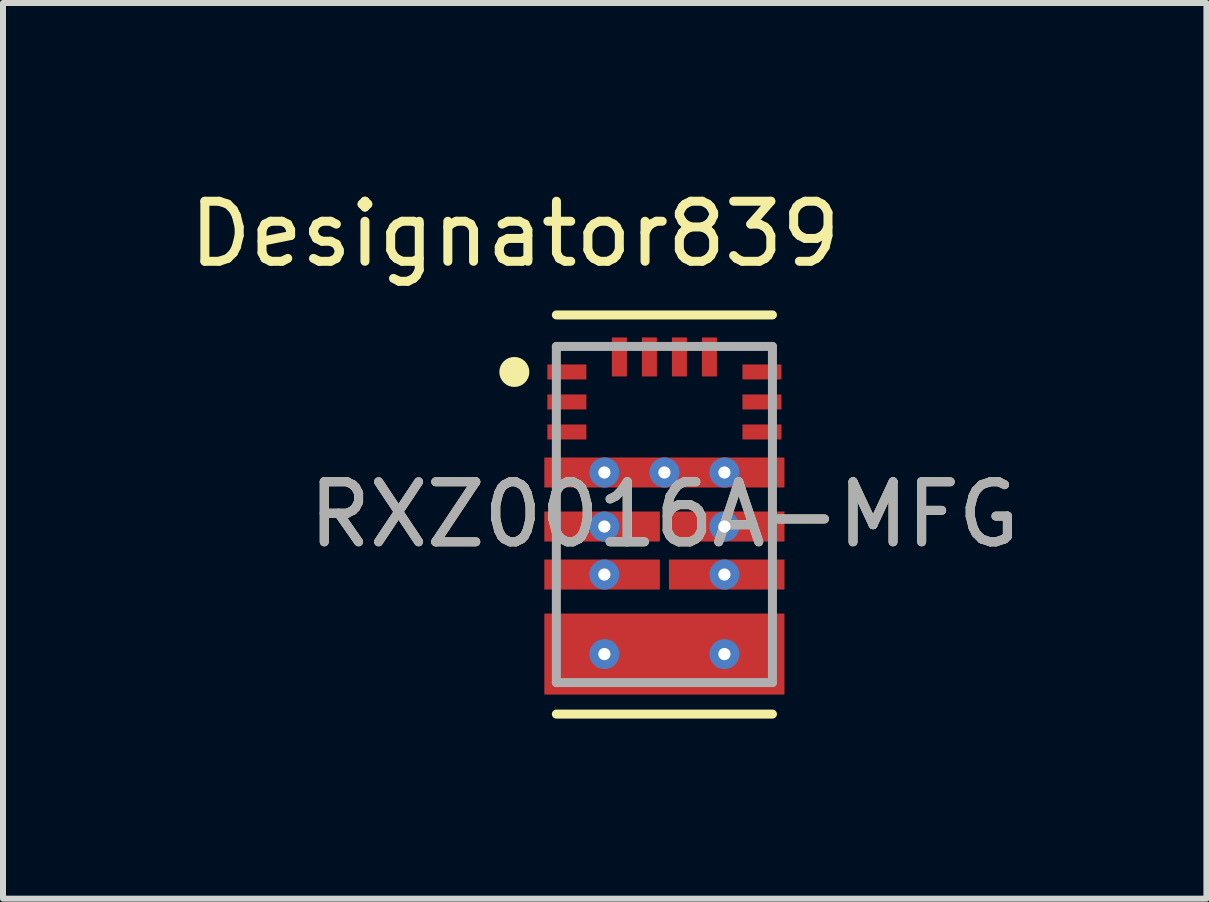
<source format=kicad_pcb>
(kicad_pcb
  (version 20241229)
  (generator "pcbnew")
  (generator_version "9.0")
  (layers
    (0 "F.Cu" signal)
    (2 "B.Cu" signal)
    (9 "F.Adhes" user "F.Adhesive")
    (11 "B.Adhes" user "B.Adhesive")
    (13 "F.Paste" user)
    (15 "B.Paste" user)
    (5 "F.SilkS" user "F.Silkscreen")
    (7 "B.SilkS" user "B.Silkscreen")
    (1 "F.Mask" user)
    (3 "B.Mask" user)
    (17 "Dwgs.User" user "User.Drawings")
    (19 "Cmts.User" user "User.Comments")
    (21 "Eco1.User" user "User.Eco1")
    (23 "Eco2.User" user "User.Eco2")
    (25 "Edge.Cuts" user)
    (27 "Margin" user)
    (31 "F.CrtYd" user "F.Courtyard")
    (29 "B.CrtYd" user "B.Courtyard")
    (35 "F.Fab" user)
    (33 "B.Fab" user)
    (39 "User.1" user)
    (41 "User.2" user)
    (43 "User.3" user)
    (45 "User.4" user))
  (footprint "RXZ0016A-MFG"
    (layer "F.Cu")
    (at 8.019 5.522)
    (property "Reference" "RXZ0016A-MFG" (at 0 0 0) (unlocked yes) (layer "F.SilkS") (effects (font (size 1 1) (thickness 0.15))))
    (attr smd)
    (fp_poly (pts (xy -1.95 0.125) (xy -1.9 0.075) (xy -1.6 0.075) (xy -1.6 0) (xy -0.175 0) (xy -0.125 0.05) (xy -0.125 0.35) (xy -0.175 0.4) (xy -1.6 0.4) (xy -1.6 0.325) (xy -1.9 0.325) (xy -1.95 0.275)) (stroke (width 0) (type solid)) (fill yes) (layer "F.Mask"))
    (fp_poly (pts (xy -1.95 0.925) (xy -1.9 0.875) (xy -1.6 0.875) (xy -1.6 0.8) (xy -0.175 0.8) (xy -0.125 0.85) (xy -0.125 1.15) (xy -0.175 1.2) (xy -1.6 1.2) (xy -1.6 1.125) (xy -1.9 1.125) (xy -1.95 1.075)) (stroke (width 0) (type solid)) (fill yes) (layer "F.Mask"))
    (fp_poly (pts (xy 1.95 0.925) (xy 1.9 0.875) (xy 1.6 0.875) (xy 1.6 0.8) (xy 0.175 0.8) (xy 0.125 0.85) (xy 0.125 1.15) (xy 0.175 1.2) (xy 1.6 1.2) (xy 1.6 1.125) (xy 1.9 1.125) (xy 1.95 1.075)) (stroke (width 0) (type solid)) (fill yes) (layer "F.Mask"))
    (fp_poly (pts (xy 1.95 0.125) (xy 1.9 0.075) (xy 1.6 0.075) (xy 1.6 0) (xy 0.175 0) (xy 0.125 0.05) (xy 0.125 0.35) (xy 0.175 0.4) (xy 1.6 0.4) (xy 1.6 0.325) (xy 1.9 0.325) (xy 1.95 0.275)) (stroke (width 0) (type solid)) (fill yes) (layer "F.Mask"))
    (fp_poly (pts (xy -1.95 -0.775) (xy -1.9 -0.825) (xy -1.6 -0.825) (xy -1.6 -0.9) (xy 1.6 -0.9) (xy 1.6 -0.825) (xy 1.9 -0.825) (xy 1.95 -0.775) (xy 1.95 -0.625) (xy 1.9 -0.575) (xy 1.6 -0.575) (xy 1.6 -0.5) (xy -1.6 -0.5) (xy -1.6 -0.575) (xy -1.9 -0.575) (xy -1.95 -0.625)) (stroke (width 0) (type solid)) (fill yes) (layer "F.Mask"))
    (fp_poly (pts (xy -1.95 1.825) (xy -1.9 1.775) (xy -1.6 1.775) (xy -1.6 1.7) (xy 1.6 1.7) (xy 1.6 1.775) (xy 1.9 1.775) (xy 1.95 1.825) (xy 1.95 1.975) (xy 1.9 2.025) (xy 1.6 2.025) (xy 1.6 2.1) (xy 0.875 2.1) (xy 0.875 2.9) (xy 0.825 2.95) (xy 0.675 2.95) (xy 0.625 2.9) (xy 0.625 2.1) (xy 0.375 2.1) (xy 0.375 2.9) (xy 0.325 2.95) (xy 0.175 2.95) (xy 0.125 2.9) (xy 0.125 2.1) (xy -0.125 2.1) (xy -0.125 2.9) (xy -0.175 2.95) (xy -0.325 2.95) (xy -0.375 2.9) (xy -0.375 2.1) (xy -0.625 2.1) (xy -0.625 2.9) (xy -0.675 2.95) (xy -0.825 2.95) (xy -0.875 2.9) (xy -0.875 2.1) (xy -1.6 2.1) (xy -1.6 2.025) (xy -1.9 2.025) (xy -1.95 1.975)) (stroke (width 0) (type solid)) (fill yes) (layer "F.Mask"))
    (fp_line (start -1.8 -3.325) (end 1.8 -3.325) (stroke (width 0.15) (type solid)) (layer "F.SilkS"))
    (fp_line (start -1.8 3.325) (end 1.8 3.325) (stroke (width 0.15) (type solid)) (layer "F.SilkS"))
    (fp_circle (center -2.5 -2.375) (end -2.375 -2.375) (stroke (width 0.25) (type solid)) (fill no) (layer "F.SilkS"))
    (fp_poly (pts (xy -0.875 2.35) (xy -0.825 2.3) (xy -0.675 2.3) (xy -0.625 2.35) (xy -0.625 2.9) (xy -0.675 2.95) (xy -0.825 2.95) (xy -0.875 2.9)) (stroke (width 0) (type solid)) (fill yes) (layer "F.Paste"))
    (fp_poly (pts (xy -0.375 2.35) (xy -0.325 2.3) (xy -0.175 2.3) (xy -0.125 2.35) (xy -0.125 2.9) (xy -0.175 2.95) (xy -0.325 2.95) (xy -0.375 2.9)) (stroke (width 0) (type solid)) (fill yes) (layer "F.Paste"))
    (fp_poly (pts (xy 0.125 2.35) (xy 0.175 2.3) (xy 0.325 2.3) (xy 0.375 2.35) (xy 0.375 2.9) (xy 0.325 2.95) (xy 0.175 2.95) (xy 0.125 2.9)) (stroke (width 0) (type solid)) (fill yes) (layer "F.Paste"))
    (fp_poly (pts (xy 0.825 2.95) (xy 0.675 2.95) (xy 0.625 2.9) (xy 0.625 2.35) (xy 0.675 2.3) (xy 0.825 2.3) (xy 0.875 2.35) (xy 0.875 2.9)) (stroke (width 0) (type solid)) (fill yes) (layer "F.Paste"))
    (fp_poly (pts (xy -1.95 -0.775) (xy -1.9 -0.825) (xy -1.6 -0.825) (xy -1.6 -0.9) (xy -0.15 -0.9) (xy -0.1 -0.85) (xy -0.1 -0.55) (xy -0.15 -0.5) (xy -1.6 -0.5) (xy -1.6 -0.575) (xy -1.9 -0.575) (xy -1.95 -0.625)) (stroke (width 0) (type solid)) (fill yes) (layer "F.Paste"))
    (fp_poly (pts (xy -1.95 0.125) (xy -1.9 0.075) (xy -1.6 0.075) (xy -1.6 0) (xy -0.175 0) (xy -0.125 0.05) (xy -0.125 0.35) (xy -0.175 0.4) (xy -1.6 0.4) (xy -1.6 0.325) (xy -1.9 0.325) (xy -1.95 0.275)) (stroke (width 0) (type solid)) (fill yes) (layer "F.Paste"))
    (fp_poly (pts (xy -1.95 0.925) (xy -1.9 0.875) (xy -1.6 0.875) (xy -1.6 0.8) (xy -0.175 0.8) (xy -0.125 0.85) (xy -0.125 1.15) (xy -0.175 1.2) (xy -1.6 1.2) (xy -1.6 1.125) (xy -1.9 1.125) (xy -1.95 1.075)) (stroke (width 0) (type solid)) (fill yes) (layer "F.Paste"))
    (fp_poly (pts (xy -1.95 1.825) (xy -1.9 1.775) (xy -1.6 1.775) (xy -1.6 1.7) (xy -0.15 1.7) (xy -0.1 1.75) (xy -0.1 2.05) (xy -0.15 2.1) (xy -1.6 2.1) (xy -1.6 2.025) (xy -1.9 2.025) (xy -1.95 1.975)) (stroke (width 0) (type solid)) (fill yes) (layer "F.Paste"))
    (fp_poly (pts (xy 1.95 -0.775) (xy 1.9 -0.825) (xy 1.6 -0.825) (xy 1.6 -0.9) (xy 0.15 -0.9) (xy 0.1 -0.85) (xy 0.1 -0.55) (xy 0.15 -0.5) (xy 1.6 -0.5) (xy 1.6 -0.575) (xy 1.9 -0.575) (xy 1.95 -0.625)) (stroke (width 0) (type solid)) (fill yes) (layer "F.Paste"))
    (fp_poly (pts (xy 1.95 0.925) (xy 1.9 0.875) (xy 1.6 0.875) (xy 1.6 0.8) (xy 0.175 0.8) (xy 0.125 0.85) (xy 0.125 1.15) (xy 0.175 1.2) (xy 1.6 1.2) (xy 1.6 1.125) (xy 1.9 1.125) (xy 1.95 1.075)) (stroke (width 0) (type solid)) (fill yes) (layer "F.Paste"))
    (fp_poly (pts (xy 1.95 1.825) (xy 1.9 1.775) (xy 1.6 1.775) (xy 1.6 1.7) (xy 0.15 1.7) (xy 0.1 1.75) (xy 0.1 2.05) (xy 0.15 2.1) (xy 1.6 2.1) (xy 1.6 2.025) (xy 1.9 2.025) (xy 1.95 1.975)) (stroke (width 0) (type solid)) (fill yes) (layer "F.Paste"))
    (fp_poly (pts (xy 1.95 0.125) (xy 1.9 0.075) (xy 1.6 0.075) (xy 1.6 0) (xy 0.175 0) (xy 0.125 0.05) (xy 0.125 0.35) (xy 0.175 0.4) (xy 1.6 0.4) (xy 1.6 0.325) (xy 1.9 0.325) (xy 1.95 0.275)) (stroke (width 0) (type solid)) (fill yes) (layer "F.Paste"))
    (fp_line (start -1.8 -2.8) (end 1.8 -2.8) (stroke (width 0.15) (type solid)) (layer "F.Fab"))
    (fp_line (start -1.8 2.8) (end -1.8 -2.8) (stroke (width 0.15) (type solid)) (layer "F.Fab"))
    (fp_line (start -1.8 2.8) (end 1.8 2.8) (stroke (width 0.15) (type solid)) (layer "F.Fab"))
    (fp_line (start 1.8 2.8) (end 1.8 -2.8) (stroke (width 0.15) (type solid)) (layer "F.Fab"))
    (fp_text user "Designator839" (at -2.489 -4.674 0) (unlocked yes) (layer "F.SilkS") (effects (font (size 1 1) (thickness 0.15))))
    (fp_text user "${REFERENCE}" (at 0 0 0) (unlocked yes) (layer "F.Fab") (effects (font (size 1 1) (thickness 0.15))))
    (pad "1" smd rect (at -1.625 -2.375) (size 0.65 0.25) (layers "F.Cu" "F.Mask" "F.Paste"))
    (pad "2" smd rect (at -1.625 -1.875) (size 0.65 0.25) (layers "F.Cu" "F.Mask" "F.Paste"))
    (pad "3" smd rect (at -1.625 -1.375) (size 0.65 0.25) (layers "F.Cu" "F.Mask" "F.Paste"))
    (pad "4" smd rect (at 0 -0.7) (size 4 0.5) (layers "F.Cu"))
    (pad "5" smd rect (at -1.038 0.2) (size 1.925 0.5) (layers "F.Cu"))
    (pad "6" smd rect (at -1.038 1) (size 1.925 0.5) (layers "F.Cu"))
    (pad "7" smd rect (at 0 2.325) (size 4 1.35) (layers "F.Cu"))
    (pad "8" smd rect (at 1.038 1) (size 1.925 0.5) (layers "F.Cu"))
    (pad "9" smd rect (at 1.038 0.2) (size 1.925 0.5) (layers "F.Cu"))
    (pad "10" smd rect (at 1.625 -1.375) (size 0.65 0.25) (layers "F.Cu" "F.Mask" "F.Paste"))
    (pad "11" smd rect (at 1.625 -1.875) (size 0.65 0.25) (layers "F.Cu" "F.Mask" "F.Paste"))
    (pad "12" smd rect (at 1.625 -2.375) (size 0.65 0.25) (layers "F.Cu" "F.Mask" "F.Paste"))
    (pad "13" smd rect (at 0.75 -2.625 90) (size 0.65 0.25) (layers "F.Cu" "F.Mask" "F.Paste"))
    (pad "14" smd rect (at 0.25 -2.625 90) (size 0.65 0.25) (layers "F.Cu" "F.Mask" "F.Paste"))
    (pad "15" smd rect (at -0.25 -2.625 90) (size 0.65 0.25) (layers "F.Cu" "F.Mask" "F.Paste"))
    (pad "16" smd rect (at -0.75 -2.625 90) (size 0.65 0.25) (layers "F.Cu" "F.Mask" "F.Paste"))
    (pad "17" thru_hole circle (at -1 -0.7) (size 0.5 0.5) (drill 0.203) (layers "*.Cu" "*.Mask"))
    (pad "18" thru_hole circle (at 1 -0.7) (size 0.5 0.5) (drill 0.203) (layers "*.Cu" "*.Mask"))
    (pad "19" thru_hole circle (at 0 -0.7) (size 0.5 0.5) (drill 0.203) (layers "*.Cu" "*.Mask"))
    (pad "20" thru_hole circle (at -1 0.2) (size 0.5 0.5) (drill 0.203) (layers "*.Cu" "*.Mask"))
    (pad "21" thru_hole circle (at 1 0.2) (size 0.5 0.5) (drill 0.203) (layers "*.Cu" "*.Mask"))
    (pad "22" thru_hole circle (at -1 1) (size 0.5 0.5) (drill 0.203) (layers "*.Cu" "*.Mask"))
    (pad "23" thru_hole circle (at 1 1) (size 0.5 0.5) (drill 0.203) (layers "*.Cu" "*.Mask"))
    (pad "24" thru_hole circle (at -1 2.325) (size 0.5 0.5) (drill 0.203) (layers "*.Cu" "*.Mask"))
    (pad "25" thru_hole circle (at 1 2.325) (size 0.5 0.5) (drill 0.203) (layers "*.Cu" "*.Mask")))
  (gr_rect
    (start -3 -3)
    (end 17.049 11.922)
    (stroke (width 0.1) (type default))
    (fill no)
    (layer "Edge.Cuts")))
</source>
